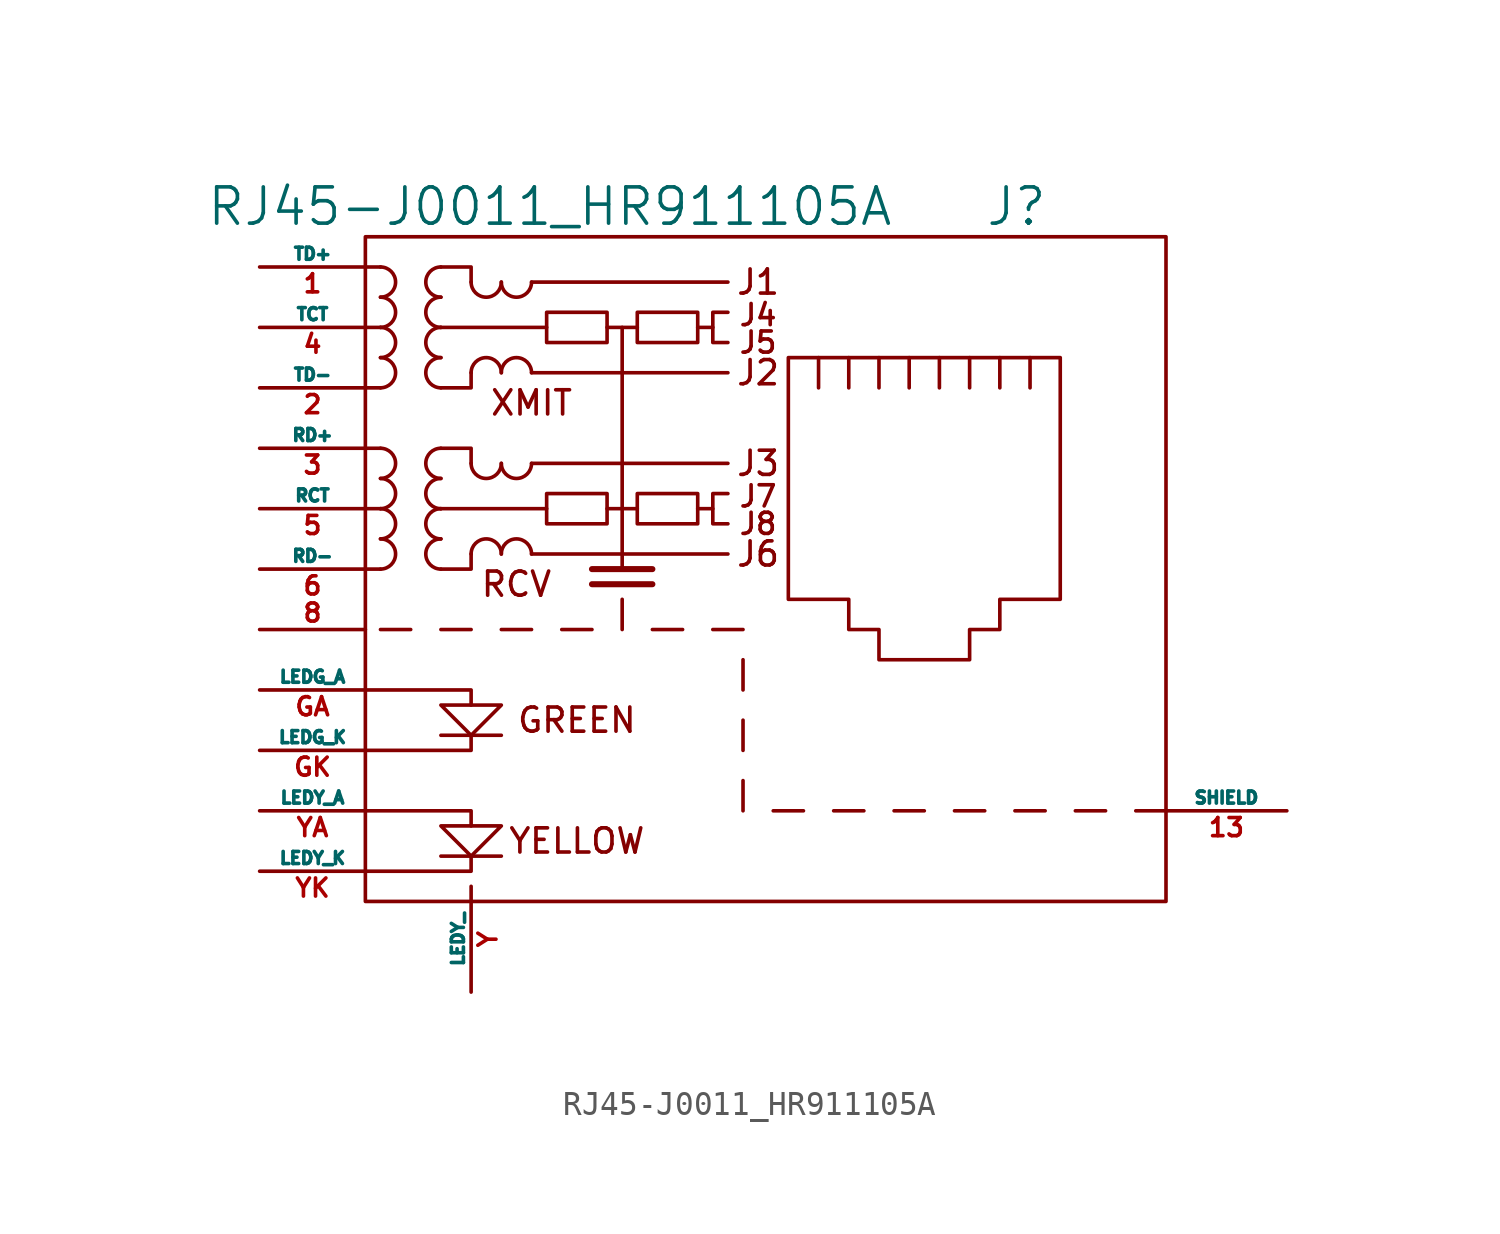
<source format=kicad_sym>
(kicad_symbol_lib
  (version 20220914)
  (generator kicad_symbol_editor)
  (symbol "RJ45-J0011_HR911105A"
    (pin_names
      (offset 0))
    (property "Reference" "J"
      (at 2.54 15.24 0)
      (effects (font (size 1.524 1.524)) (justify left)))
    (property "Value" "RJ45-J0011_HR911105A"
      (at -1.27 15.24 0)
      (effects (font (size 1.524 1.524)) (justify right)))
    (property "Footprint" ""
      (at 0 0 0)
      (effects (font (size 1.524 1.524))))
    (property "Datasheet" ""
      (at 0 0 0)
      (effects (font (size 1.524 1.524))))
    (symbol "RJ45-J0011_HR911105A_0_0"
      (polyline (pts (xy -17.78 -12.065) (xy -20.32 -12.065) (xy -20.32 -12.065)) (stroke (width 0) (type solid)) (fill (type none)))
      (polyline (pts (xy -17.78 -6.985) (xy -20.32 -6.985) (xy -20.32 -6.985)) (stroke (width 0) (type solid)) (fill (type none)))
      (polyline (pts (xy -12.7 2.54) (xy -12.7 0) (xy -12.7 0)) (stroke (width 0) (type solid)) (fill (type none)))
      (polyline (pts (xy -12.7 10.16) (xy -12.7 2.54) (xy -12.7 2.54)) (stroke (width 0) (type solid)) (fill (type none)))
      (polyline (pts (xy -11.43 -0.635) (xy -13.97 -0.635) (xy -13.97 -0.635)) (stroke (width 0.254) (type solid)) (fill (type none)))
      (polyline (pts (xy -8.89 2.54) (xy -9.525 2.54) (xy -9.525 2.54)) (stroke (width 0) (type solid)) (fill (type none)))
      (polyline (pts (xy -8.89 10.16) (xy -9.525 10.16) (xy -9.525 10.16)) (stroke (width 0) (type solid)) (fill (type none)))
      (polyline (pts (xy -23.495 -12.7) (xy -19.05 -12.7) (xy -19.05 -12.065) (xy -19.05 -12.065)) (stroke (width 0) (type solid)) (fill (type none)))
      (polyline (pts (xy -23.495 -10.16) (xy -19.05 -10.16) (xy -19.05 -10.795) (xy -19.05 -10.795)) (stroke (width 0) (type solid)) (fill (type none)))
      (polyline (pts (xy -23.495 -5.08) (xy -19.05 -5.08) (xy -19.05 -5.715) (xy -19.05 -5.715)) (stroke (width 0) (type solid)) (fill (type none)))
      (polyline (pts (xy -19.05 -6.985) (xy -19.05 -7.62) (xy -23.495 -7.62) (xy -22.86 -7.62)) (stroke (width 0) (type solid)) (fill (type none)))
      (polyline (pts (xy -11.43 0) (xy -13.335 0) (xy -13.97 0) (xy -13.97 0)) (stroke (width 0.254) (type solid)) (fill (type none)))
      (polyline (pts (xy -20.32 -5.715) (xy -17.78 -5.715) (xy -19.05 -6.985) (xy -20.32 -5.715) (xy -20.32 -5.715)) (stroke (width 0) (type solid)) (fill (type none)))
      (polyline (pts (xy -17.78 -10.795) (xy -20.32 -10.795) (xy -19.05 -12.065) (xy -17.78 -10.795) (xy -17.78 -10.795)) (stroke (width 0) (type solid)) (fill (type none)))
      (polyline (pts (xy -8.255 3.175) (xy -8.89 3.175) (xy -8.89 1.905) (xy -8.255 1.905) (xy -8.255 1.905)) (stroke (width 0) (type solid)) (fill (type none)))
      (polyline (pts (xy -8.255 10.795) (xy -8.89 10.795) (xy -8.89 9.525) (xy -8.255 9.525) (xy -8.255 9.525)) (stroke (width 0) (type solid)) (fill (type none)))
      (text "GREEN" (at -14.605 -6.35 0) (effects (font (size 1.016 1.016))))
      (text "J1" (at -6.985 12.065 0) (effects (font (size 1.016 1.016))))
      (text "J2" (at -6.985 8.255 0) (effects (font (size 1.016 1.016))))
      (text "J3" (at -6.985 4.445 0) (effects (font (size 1.016 1.016))))
      (text "J4" (at -6.985 10.16 0) (effects (font (size 0.889 0.889)) (justify bottom)))
      (text "J5" (at -6.985 9.525 0) (effects (font (size 0.889 0.889))))
      (text "J6" (at -6.985 0.635 0) (effects (font (size 1.016 1.016))))
      (text "J7" (at -6.985 2.54 0) (effects (font (size 0.889 0.889)) (justify bottom)))
      (text "J8" (at -6.985 1.905 0) (effects (font (size 0.889 0.889))))
      (text "RCV" (at -17.145 -0.635 0) (effects (font (size 1.016 1.016))))
      (text "XMIT" (at -16.51 6.985 0) (effects (font (size 1.016 1.016))))
      (text "YELLOW" (at -14.605 -11.43 0) (effects (font (size 1.016 1.016)))))
    (symbol "RJ45-J0011_HR911105A_0_1"
      (rectangle (start -23.495 -13.97) (end 10.16 13.97) (stroke (width 0) (type solid)) (fill (type none)))
      (arc (start -22.86 0) (mid -22.2277 0.635) (end -22.86 1.27) (stroke (width 0) (type solid)) (fill (type none)))
      (arc (start -22.86 1.27) (mid -22.2277 1.905) (end -22.86 2.54) (stroke (width 0) (type solid)) (fill (type none)))
      (arc (start -22.86 2.54) (mid -22.2277 3.175) (end -22.86 3.81) (stroke (width 0) (type solid)) (fill (type none)))
      (arc (start -22.86 3.81) (mid -22.2277 4.445) (end -22.86 5.08) (stroke (width 0) (type solid)) (fill (type none)))
      (arc (start -22.86 7.62) (mid -22.2277 8.255) (end -22.86 8.89) (stroke (width 0) (type solid)) (fill (type none)))
      (arc (start -22.86 8.89) (mid -22.2277 9.525) (end -22.86 10.16) (stroke (width 0) (type solid)) (fill (type none)))
      (arc (start -22.86 10.16) (mid -22.2277 10.795) (end -22.86 11.43) (stroke (width 0) (type solid)) (fill (type none)))
      (arc (start -22.86 11.43) (mid -22.2277 12.065) (end -22.86 12.7) (stroke (width 0) (type solid)) (fill (type none)))
      (arc (start -20.32 1.27) (mid -20.9523 0.635) (end -20.32 0) (stroke (width 0) (type solid)) (fill (type none)))
      (arc (start -20.32 2.54) (mid -20.9523 1.905) (end -20.32 1.27) (stroke (width 0) (type solid)) (fill (type none)))
      (arc (start -20.32 3.81) (mid -20.9523 3.175) (end -20.32 2.54) (stroke (width 0) (type solid)) (fill (type none)))
      (arc (start -20.32 5.08) (mid -20.9523 4.445) (end -20.32 3.81) (stroke (width 0) (type solid)) (fill (type none)))
      (arc (start -20.32 8.89) (mid -20.9523 8.255) (end -20.32 7.62) (stroke (width 0) (type solid)) (fill (type none)))
      (arc (start -20.32 10.16) (mid -20.9523 9.525) (end -20.32 8.89) (stroke (width 0) (type solid)) (fill (type none)))
      (arc (start -20.32 11.43) (mid -20.9523 10.795) (end -20.32 10.16) (stroke (width 0) (type solid)) (fill (type none)))
      (arc (start -20.32 12.7) (mid -20.9523 12.065) (end -20.32 11.43) (stroke (width 0) (type solid)) (fill (type none)))
      (arc (start -19.05 4.445) (mid -18.415 3.8127) (end -17.78 4.445) (stroke (width 0) (type solid)) (fill (type none)))
      (arc (start -19.05 12.065) (mid -18.415 11.4327) (end -17.78 12.065) (stroke (width 0) (type solid)) (fill (type none)))
      (arc (start -17.78 0.635) (mid -18.415 1.2673) (end -19.05 0.635) (stroke (width 0) (type solid)) (fill (type none)))
      (arc (start -17.78 4.445) (mid -17.145 3.8127) (end -16.51 4.445) (stroke (width 0) (type solid)) (fill (type none)))
      (arc (start -17.78 8.255) (mid -18.415 8.8873) (end -19.05 8.255) (stroke (width 0) (type solid)) (fill (type none)))
      (arc (start -17.78 12.065) (mid -17.145 11.4327) (end -16.51 12.065) (stroke (width 0) (type solid)) (fill (type none)))
      (arc (start -16.51 0.635) (mid -17.145 1.2673) (end -17.78 0.635) (stroke (width 0) (type solid)) (fill (type none)))
      (arc (start -16.51 8.255) (mid -17.145 8.8873) (end -17.78 8.255) (stroke (width 0) (type solid)) (fill (type none)))
      (rectangle (start -15.875 3.175) (end -13.335 1.905) (stroke (width 0) (type solid)) (fill (type none)))
      (rectangle (start -15.875 10.795) (end -13.335 9.525) (stroke (width 0) (type solid)) (fill (type none)))
      (rectangle (start -12.065 3.175) (end -9.525 1.905) (stroke (width 0) (type solid)) (fill (type none)))
      (rectangle (start -12.065 10.795) (end -9.525 9.525) (stroke (width 0) (type solid)) (fill (type none)))
      (polyline (pts (xy -21.59 -2.54) (xy -22.86 -2.54)) (stroke (width 0) (type solid)) (fill (type none)))
      (polyline (pts (xy -19.05 -2.54) (xy -20.32 -2.54)) (stroke (width 0) (type solid)) (fill (type none)))
      (polyline (pts (xy -16.51 -2.54) (xy -17.78 -2.54)) (stroke (width 0) (type solid)) (fill (type none)))
      (polyline (pts (xy -13.97 -2.54) (xy -15.24 -2.54)) (stroke (width 0) (type solid)) (fill (type none)))
      (polyline (pts (xy -12.7 -1.27) (xy -12.7 -2.54)) (stroke (width 0) (type solid)) (fill (type none)))
      (polyline (pts (xy -11.43 -2.54) (xy -10.16 -2.54)) (stroke (width 0) (type solid)) (fill (type none)))
      (polyline (pts (xy -8.89 -2.54) (xy -7.62 -2.54)) (stroke (width 0) (type solid)) (fill (type none)))
      (polyline (pts (xy -7.62 -8.89) (xy -7.62 -10.16)) (stroke (width 0) (type solid)) (fill (type none)))
      (polyline (pts (xy -7.62 -6.35) (xy -7.62 -7.62)) (stroke (width 0) (type solid)) (fill (type none)))
      (polyline (pts (xy -7.62 -3.81) (xy -7.62 -5.08)) (stroke (width 0) (type solid)) (fill (type none)))
      (polyline (pts (xy -6.35 -10.16) (xy -5.08 -10.16)) (stroke (width 0) (type solid)) (fill (type none)))
      (polyline (pts (xy -3.81 -10.16) (xy -2.54 -10.16)) (stroke (width 0) (type solid)) (fill (type none)))
      (polyline (pts (xy -1.27 -10.16) (xy 0 -10.16)) (stroke (width 0) (type solid)) (fill (type none)))
      (polyline (pts (xy 1.27 -10.16) (xy 2.54 -10.16)) (stroke (width 0) (type solid)) (fill (type none)))
      (polyline (pts (xy 3.81 -10.16) (xy 5.08 -10.16)) (stroke (width 0) (type solid)) (fill (type none)))
      (polyline (pts (xy 6.35 -10.16) (xy 7.62 -10.16)) (stroke (width 0) (type solid)) (fill (type none)))
      (polyline (pts (xy 8.89 -10.16) (xy 10.16 -10.16)) (stroke (width 0) (type solid)) (fill (type none)))
      (polyline (pts (xy -22.86 0) (xy -23.495 0) (xy -23.495 0)) (stroke (width 0) (type solid)) (fill (type none)))
      (polyline (pts (xy -22.86 2.54) (xy -23.495 2.54) (xy -23.495 2.54)) (stroke (width 0) (type solid)) (fill (type none)))
      (polyline (pts (xy -22.86 5.08) (xy -23.495 5.08) (xy -23.495 5.08)) (stroke (width 0) (type solid)) (fill (type none)))
      (polyline (pts (xy -22.86 7.62) (xy -23.495 7.62) (xy -23.495 7.62)) (stroke (width 0) (type solid)) (fill (type none)))
      (polyline (pts (xy -22.86 10.16) (xy -23.495 10.16) (xy -23.495 10.16)) (stroke (width 0) (type solid)) (fill (type none)))
      (polyline (pts (xy -16.51 0.635) (xy -8.255 0.635) (xy -8.255 0.635)) (stroke (width 0) (type solid)) (fill (type none)))
      (polyline (pts (xy -16.51 4.445) (xy -8.255 4.445) (xy -8.255 4.445)) (stroke (width 0) (type solid)) (fill (type none)))
      (polyline (pts (xy -16.51 8.255) (xy -8.255 8.255) (xy -8.255 8.255)) (stroke (width 0) (type solid)) (fill (type none)))
      (polyline (pts (xy -16.51 12.065) (xy -8.255 12.065) (xy -8.255 12.065)) (stroke (width 0) (type solid)) (fill (type none)))
      (polyline (pts (xy -13.335 2.54) (xy -12.065 2.54) (xy -12.065 2.54)) (stroke (width 0) (type solid)) (fill (type none)))
      (polyline (pts (xy -13.335 10.16) (xy -12.065 10.16) (xy -12.065 10.16)) (stroke (width 0) (type solid)) (fill (type none)))
      (polyline (pts (xy -4.445 7.62) (xy -4.445 8.89) (xy -4.445 8.89)) (stroke (width 0) (type solid)) (fill (type none)))
      (polyline (pts (xy -3.175 8.89) (xy -3.175 7.62) (xy -3.175 7.62)) (stroke (width 0) (type solid)) (fill (type none)))
      (polyline (pts (xy -1.905 8.89) (xy -1.905 7.62) (xy -1.905 7.62)) (stroke (width 0) (type solid)) (fill (type none)))
      (polyline (pts (xy -0.635 8.89) (xy -0.635 7.62) (xy -0.635 7.62)) (stroke (width 0) (type solid)) (fill (type none)))
      (polyline (pts (xy 0.635 8.89) (xy 0.635 7.62) (xy 0.635 7.62)) (stroke (width 0) (type solid)) (fill (type none)))
      (polyline (pts (xy 1.905 8.89) (xy 1.905 7.62) (xy 1.905 7.62)) (stroke (width 0) (type solid)) (fill (type none)))
      (polyline (pts (xy 3.175 7.62) (xy 3.175 8.89) (xy 3.175 8.89)) (stroke (width 0) (type solid)) (fill (type none)))
      (polyline (pts (xy 4.445 7.62) (xy 4.445 8.89) (xy 4.445 8.89)) (stroke (width 0) (type solid)) (fill (type none)))
      (polyline (pts (xy -22.86 12.7) (xy -23.495 12.7) (xy -23.495 12.7) (xy -23.495 12.7)) (stroke (width 0) (type solid)) (fill (type none)))
      (polyline (pts (xy -19.05 0.635) (xy -19.05 0) (xy -20.32 0) (xy -20.32 0)) (stroke (width 0) (type solid)) (fill (type none)))
      (polyline (pts (xy -19.05 8.255) (xy -19.05 7.62) (xy -20.32 7.62) (xy -20.32 7.62)) (stroke (width 0) (type solid)) (fill (type none)))
      (polyline (pts (xy -15.875 2.54) (xy -20.32 2.54) (xy -20.32 2.54) (xy -20.32 2.54)) (stroke (width 0) (type solid)) (fill (type none)))
      (polyline (pts (xy -15.875 10.16) (xy -20.32 10.16) (xy -20.32 10.16) (xy -20.32 10.16)) (stroke (width 0) (type solid)) (fill (type none)))
      (polyline (pts (xy -20.32 5.08) (xy -19.05 5.08) (xy -19.05 4.445) (xy -19.05 4.445) (xy -19.05 4.445) (xy -19.05 4.445)) (stroke (width 0) (type solid)) (fill (type none)))
      (polyline (pts (xy -20.32 12.7) (xy -19.05 12.7) (xy -19.05 12.065) (xy -19.05 12.065) (xy -19.05 12.065) (xy -19.05 12.065)) (stroke (width 0) (type solid)) (fill (type none)))
      (polyline (pts (xy -5.715 8.89) (xy 5.715 8.89) (xy 5.715 -1.27) (xy 3.175 -1.27) (xy 3.175 -2.54) (xy 1.905 -2.54) (xy 1.905 -3.81) (xy -1.905 -3.81) (xy -1.905 -2.54) (xy -3.175 -2.54) (xy -3.175 -1.27) (xy -5.715 -1.27) (xy -5.715 8.89) (xy -5.715 8.89)) (stroke (width 0) (type solid)) (fill (type none))))
    (symbol "RJ45-J0011_HR911105A_1_1"
      (pin passive line (at -27.94 12.7 0) (length 4.445) (name "TD+" (effects (font (size 0.508 0.508)))) (number "1" (effects (font (size 0.762 0.762)))))
      (pin passive line (at 15.24 -10.16 180) (length 5.08) (name "SHIELD" (effects (font (size 0.508 0.508)))) (number "13" (effects (font (size 0.762 0.762)))))
      (pin passive line (at -27.94 7.62 0) (length 4.445) (name "TD-" (effects (font (size 0.508 0.508)))) (number "2" (effects (font (size 0.762 0.762)))))
      (pin passive line (at -27.94 5.08 0) (length 4.445) (name "RD+" (effects (font (size 0.508 0.508)))) (number "3" (effects (font (size 0.762 0.762)))))
      (pin passive line (at -27.94 10.16 0) (length 4.445) (name "TCT" (effects (font (size 0.508 0.508)))) (number "4" (effects (font (size 0.762 0.762)))))
      (pin passive line (at -27.94 2.54 0) (length 4.445) (name "RCT" (effects (font (size 0.508 0.508)))) (number "5" (effects (font (size 0.762 0.762)))))
      (pin passive line (at -27.94 0 0) (length 4.445) (name "RD-" (effects (font (size 0.508 0.508)))) (number "6" (effects (font (size 0.762 0.762)))))
      (pin passive line (at -27.94 -2.54 0) (length 4.445) (name "~" (effects (font (size 0.508 0.508)))) (number "8" (effects (font (size 0.762 0.762)))))
      (pin passive line (at -27.94 -5.08 0) (length 4.445) (name "LEDG_A" (effects (font (size 0.508 0.508)))) (number "GA" (effects (font (size 0.762 0.762)))))
      (pin passive line (at -27.94 -7.62 0) (length 4.445) (name "LEDG_K" (effects (font (size 0.508 0.508)))) (number "GK" (effects (font (size 0.762 0.762)))))
      (pin passive line (at -19.05 -17.78 90) (length 4.445) (name "LEDY_" (effects (font (size 0.508 0.508)))) (number "Y" (effects (font (size 0.762 0.762)))))
      (pin passive line (at -27.94 -10.16 0) (length 4.445) (name "LEDY_A" (effects (font (size 0.508 0.508)))) (number "YA" (effects (font (size 0.762 0.762)))))
      (pin passive line (at -27.94 -12.7 0) (length 4.445) (name "LEDY_K" (effects (font (size 0.508 0.508)))) (number "YK" (effects (font (size 0.762 0.762))))))))
</source>
